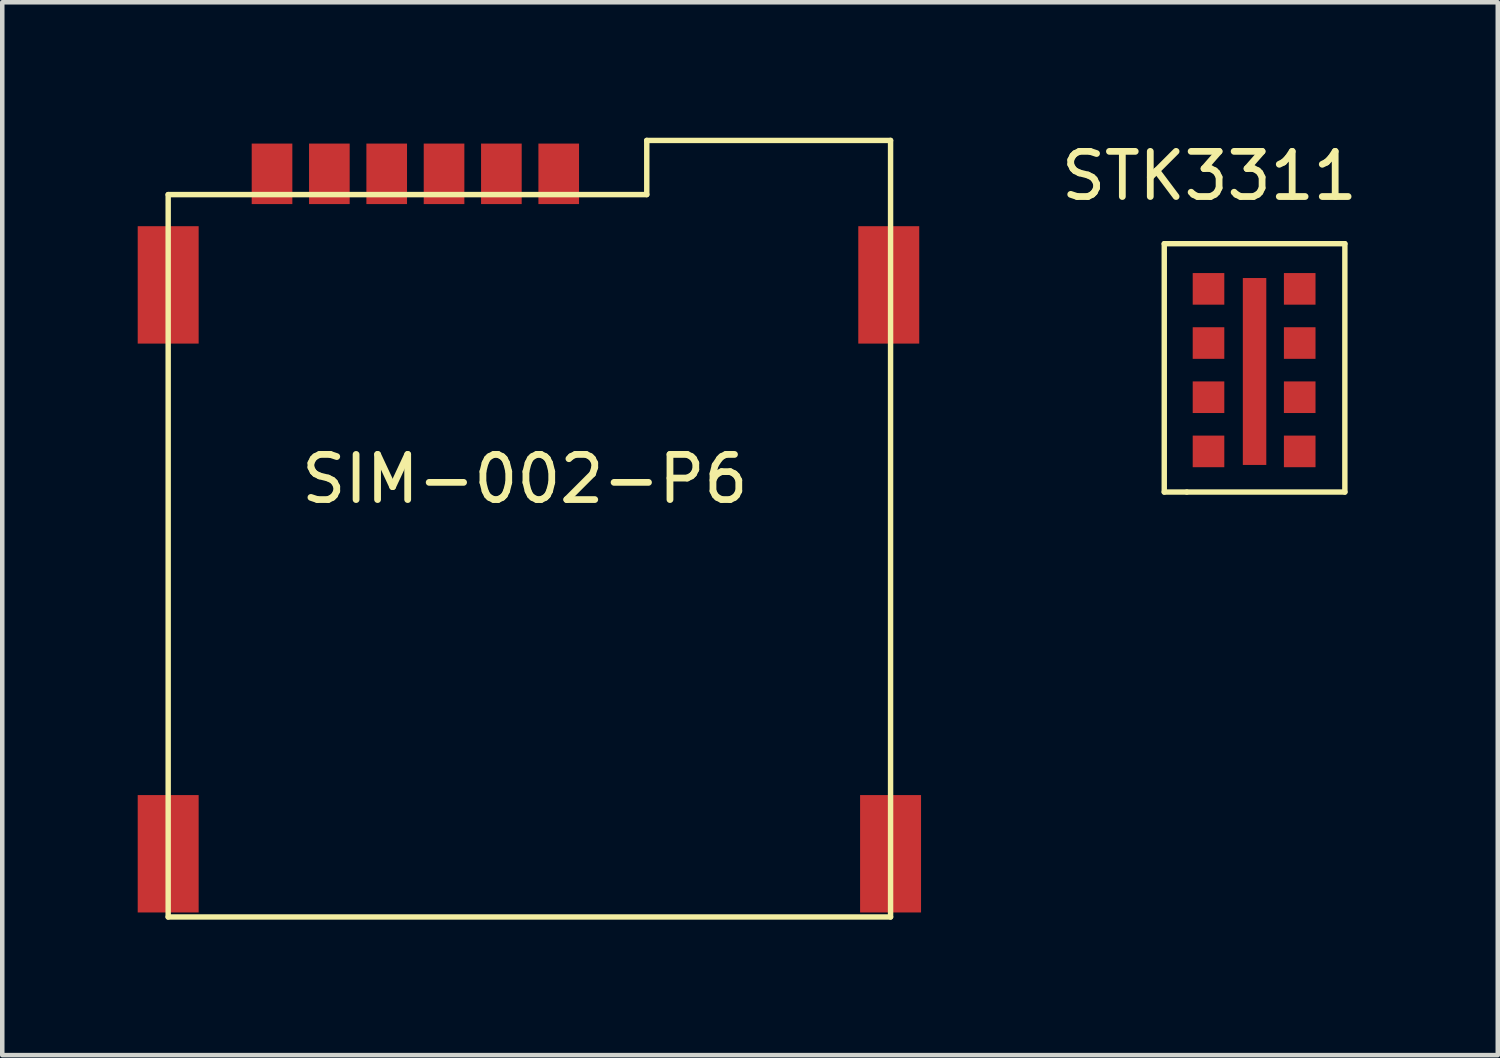
<source format=kicad_pcb>
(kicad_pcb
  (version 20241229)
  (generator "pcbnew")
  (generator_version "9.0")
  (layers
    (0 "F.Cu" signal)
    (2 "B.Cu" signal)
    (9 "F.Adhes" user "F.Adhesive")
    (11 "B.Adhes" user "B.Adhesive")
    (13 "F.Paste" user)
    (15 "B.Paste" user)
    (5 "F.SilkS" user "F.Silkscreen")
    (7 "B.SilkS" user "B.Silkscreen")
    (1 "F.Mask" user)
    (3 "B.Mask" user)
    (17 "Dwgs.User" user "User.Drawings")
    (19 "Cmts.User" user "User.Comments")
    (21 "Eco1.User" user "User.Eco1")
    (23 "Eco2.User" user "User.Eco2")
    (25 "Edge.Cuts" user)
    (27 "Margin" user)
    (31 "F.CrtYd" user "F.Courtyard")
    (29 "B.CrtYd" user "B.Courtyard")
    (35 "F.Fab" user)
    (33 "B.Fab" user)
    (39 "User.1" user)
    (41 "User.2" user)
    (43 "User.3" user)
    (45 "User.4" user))
  (footprint "STK3311"
    (layer "F.Cu")
    (at 23.737 0.348)
    (property "Reference" "STK3311" (at 0 0.5 0) (layer "F.SilkS") (effects (font (size 1 1) (thickness 0.15))))
    (attr through_hole)
    (fp_line (start -1 2) (end -1 7.5) (stroke (width 0.12) (type solid)) (layer "F.SilkS"))
    (fp_line (start -1 7.5) (end -0.5 7.5) (stroke (width 0.12) (type solid)) (layer "F.SilkS"))
    (fp_line (start -0.5 7.5) (end 3 7.5) (stroke (width 0.12) (type solid)) (layer "F.SilkS"))
    (fp_line (start 3 2) (end -1 2) (stroke (width 0.12) (type solid)) (layer "F.SilkS"))
    (fp_line (start 3 7.5) (end 3 2) (stroke (width 0.12) (type solid)) (layer "F.SilkS"))
    (pad "" smd rect (at 1 4.83) (size 0.52 4.14) (layers "F.Cu" "F.Mask" "F.Paste"))
    (pad "1" smd rect (at 2 3) (size 0.7 0.7) (layers "F.Cu" "F.Mask" "F.Paste"))
    (pad "2" smd rect (at 2 4.2) (size 0.7 0.7) (layers "F.Cu" "F.Mask" "F.Paste"))
    (pad "3" smd rect (at 2 5.4) (size 0.7 0.7) (layers "F.Cu" "F.Mask" "F.Paste"))
    (pad "4" smd rect (at 2 6.6) (size 0.7 0.7) (layers "F.Cu" "F.Mask" "F.Paste"))
    (pad "5" smd rect (at -0.02 6.6) (size 0.7 0.7) (layers "F.Cu" "F.Mask" "F.Paste"))
    (pad "6" smd rect (at -0.02 5.4) (size 0.7 0.7) (layers "F.Cu" "F.Mask" "F.Paste"))
    (pad "7" smd rect (at -0.02 4.2) (size 0.7 0.7) (layers "F.Cu" "F.Mask" "F.Paste"))
    (pad "8" smd rect (at -0.02 3) (size 0.7 0.7) (layers "F.Cu" "F.Mask" "F.Paste")))
  (footprint "SIM-002-P6"
    (layer "F.Cu")
    (at 8.575 7.26)
    (property "Reference" "SIM-002-P6" (at 0 0.3 0) (layer "F.SilkS") (effects (font (size 1 1) (thickness 0.15))))
    (attr through_hole)
    (fp_line (start -7.9 -6) (end -7.9 10) (stroke (width 0.12) (type solid)) (layer "F.SilkS"))
    (fp_line (start 2.7 -7.2) (end 2.7 -6) (stroke (width 0.12) (type solid)) (layer "F.SilkS"))
    (fp_line (start 2.7 -6) (end -7.9 -6) (stroke (width 0.12) (type solid)) (layer "F.SilkS"))
    (fp_line (start 8.1 -7.2) (end 2.7 -7.2) (stroke (width 0.12) (type solid)) (layer "F.SilkS"))
    (fp_line (start 8.1 -7.2) (end 8.1 10) (stroke (width 0.12) (type solid)) (layer "F.SilkS"))
    (fp_line (start 8.1 10) (end -7.9 10) (stroke (width 0.12) (type solid)) (layer "F.SilkS"))
    (pad "1" smd rect (at -4.33 -6.46) (size 0.9 1.34) (layers "F.Cu" "F.Mask" "F.Paste"))
    (pad "2" smd rect (at -1.79 -6.46) (size 0.9 1.34) (layers "F.Cu" "F.Mask" "F.Paste"))
    (pad "3" smd rect (at 0.75 -6.46) (size 0.9 1.34) (layers "F.Cu" "F.Mask" "F.Paste"))
    (pad "5" smd rect (at -5.6 -6.46) (size 0.9 1.34) (layers "F.Cu" "F.Mask" "F.Paste"))
    (pad "6" smd rect (at -3.06 -6.46) (size 0.9 1.34) (layers "F.Cu" "F.Mask" "F.Paste"))
    (pad "7" smd rect (at -0.52 -6.46) (size 0.9 1.34) (layers "F.Cu" "F.Mask" "F.Paste"))
    (pad "GND" smd rect (at -7.9 -4) (size 1.35 2.6) (layers "F.Cu" "F.Mask" "F.Paste"))
    (pad "GND" smd rect (at -7.9 8.6) (size 1.35 2.6) (layers "F.Cu" "F.Mask" "F.Paste"))
    (pad "GND" smd rect (at 8.06 -4) (size 1.35 2.6) (layers "F.Cu" "F.Mask" "F.Paste"))
    (pad "GND" smd rect (at 8.1 8.6) (size 1.35 2.6) (layers "F.Cu" "F.Mask" "F.Paste")))
  (gr_rect
    (start -3 -3)
    (end 30.124 20.32)
    (stroke (width 0.1) (type default))
    (fill no)
    (layer "Edge.Cuts")))
</source>
